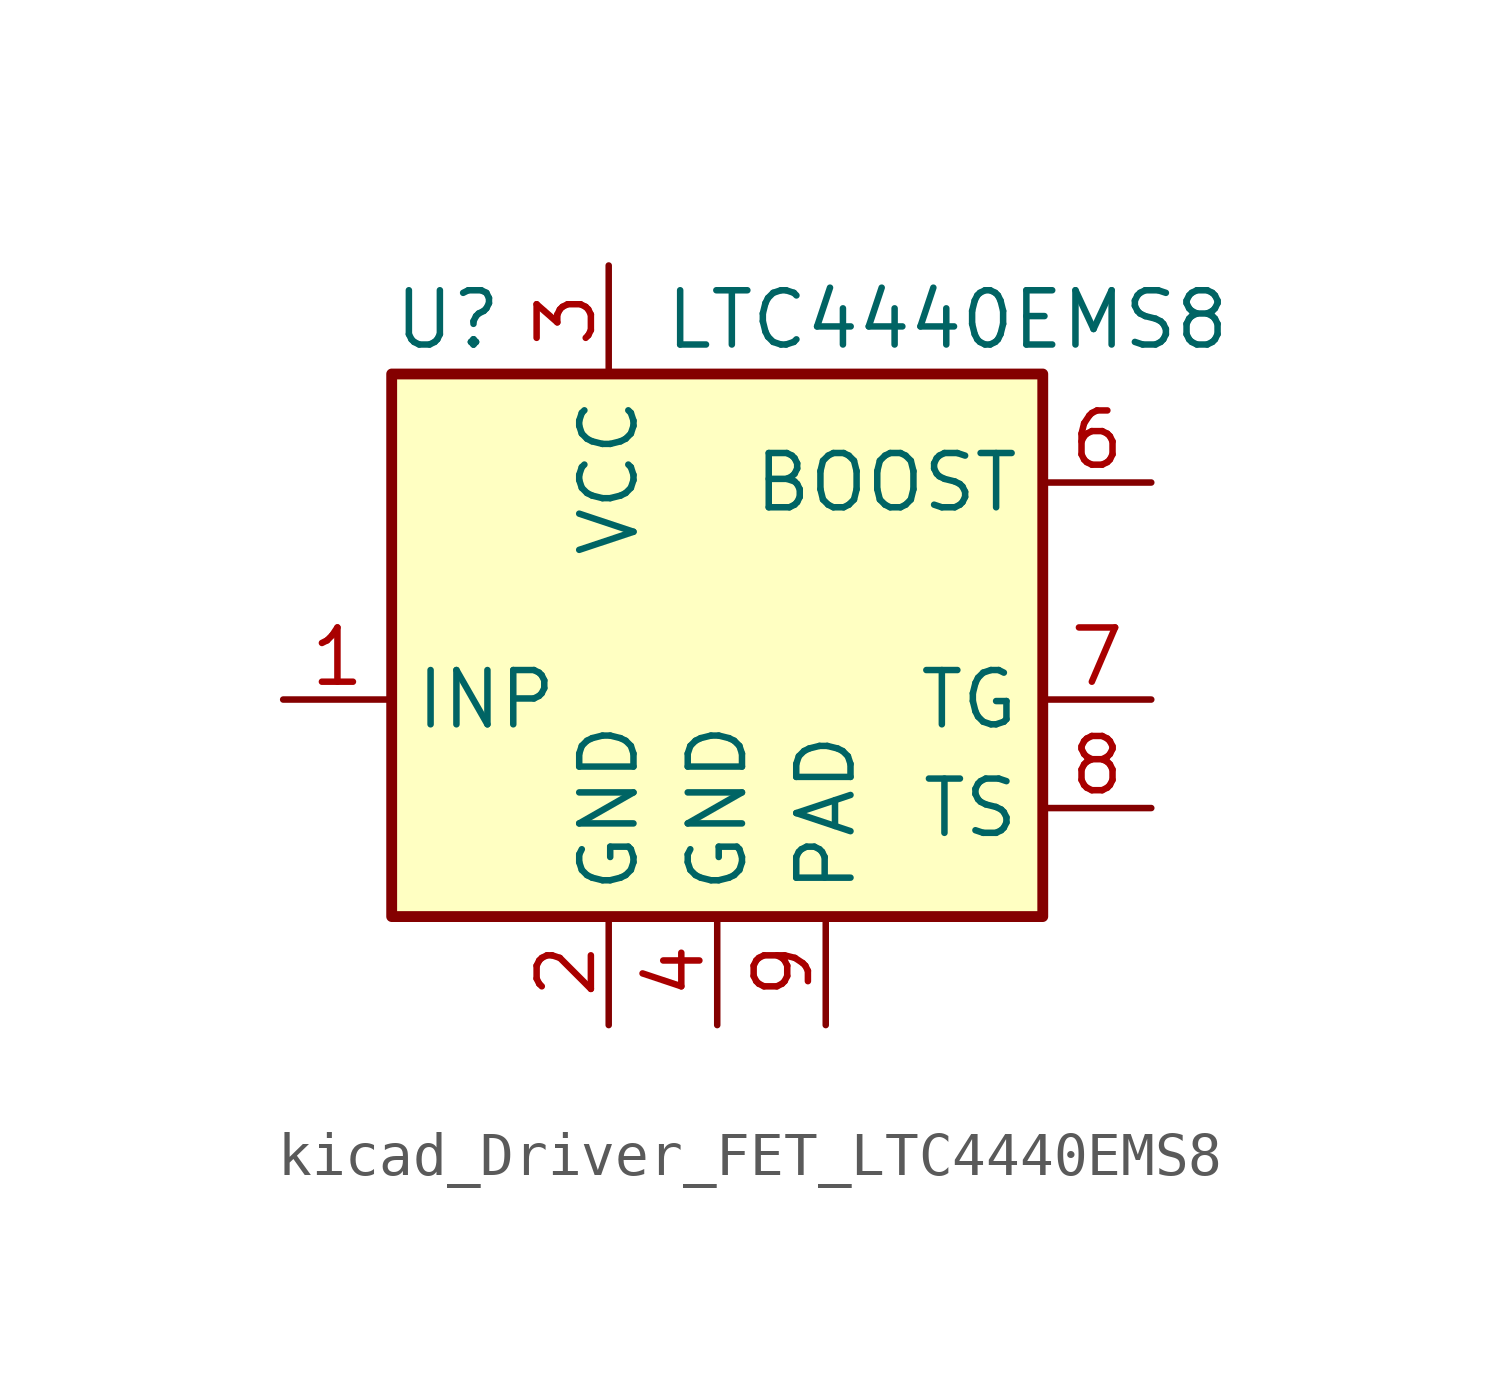
<source format=kicad_sym>
(kicad_symbol_lib
  (version 20220914)
  (generator kicad_symbol_editor)
  (symbol "kicad_Driver_FET_LTC4440EMS8"
    (property "Reference" "U"
      (at -7.62 8.89 0)
      (effects (font (size 1.27 1.27)) (justify left)))
    (property "Value" "LTC4440EMS8"
      (at -1.27 8.89 0)
      (effects (font (size 1.27 1.27)) (justify left)))
    (symbol "kicad_Driver_FET_LTC4440EMS8_0_1"
      (rectangle (start -7.62 7.62) (end 7.62 -5.08) (stroke (width 0.254) (type default)) (fill (type background))))
    (symbol "kicad_Driver_FET_LTC4440EMS8_1_1"
      (pin input line (at -10.16 0 0) (length 2.54) (name "INP" (effects (font (size 1.27 1.27)))) (number "1" (effects (font (size 1.27 1.27)))))
      (pin power_in line (at -2.54 -7.62 90) (length 2.54) (name "GND" (effects (font (size 1.27 1.27)))) (number "2" (effects (font (size 1.27 1.27)))))
      (pin power_in line (at -2.54 10.16 270) (length 2.54) (name "VCC" (effects (font (size 1.27 1.27)))) (number "3" (effects (font (size 1.27 1.27)))))
      (pin power_in line (at 0 -7.62 90) (length 2.54) (name "GND" (effects (font (size 1.27 1.27)))) (number "4" (effects (font (size 1.27 1.27)))))
      (pin no_connect line (at -5.08 -5.08 90) (length 2.54) hide (name "NC" (effects (font (size 1.27 1.27)))) (number "5" (effects (font (size 1.27 1.27)))))
      (pin input line (at 10.16 5.08 180) (length 2.54) (name "BOOST" (effects (font (size 1.27 1.27)))) (number "6" (effects (font (size 1.27 1.27)))))
      (pin output line (at 10.16 0 180) (length 2.54) (name "TG" (effects (font (size 1.27 1.27)))) (number "7" (effects (font (size 1.27 1.27)))))
      (pin input line (at 10.16 -2.54 180) (length 2.54) (name "TS" (effects (font (size 1.27 1.27)))) (number "8" (effects (font (size 1.27 1.27)))))
      (pin power_in line (at 2.54 -7.62 90) (length 2.54) (name "PAD" (effects (font (size 1.27 1.27)))) (number "9" (effects (font (size 1.27 1.27))))))))
</source>
